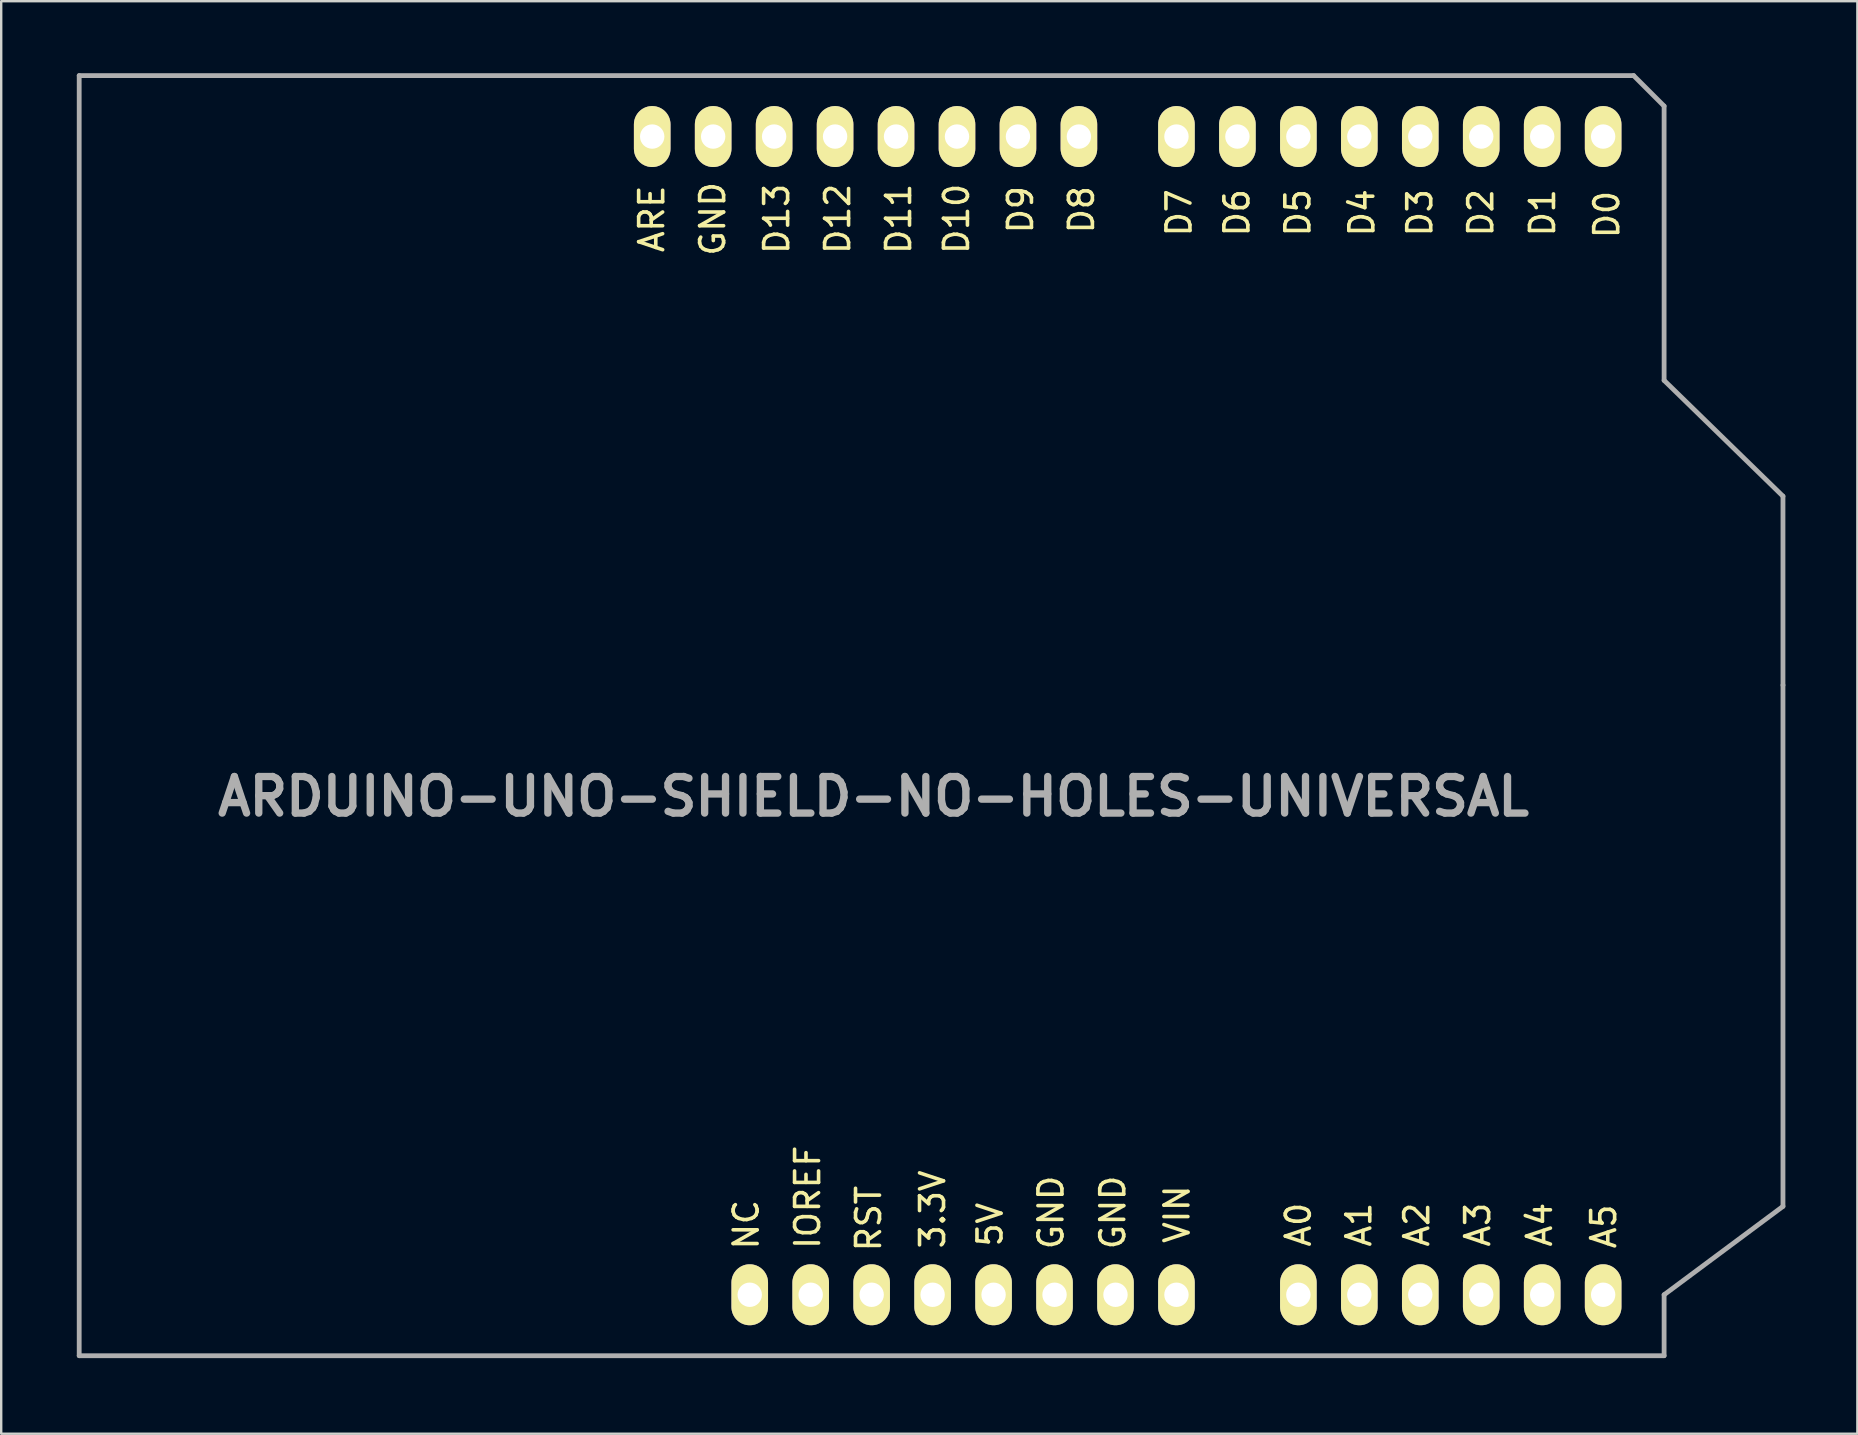
<source format=kicad_pcb>
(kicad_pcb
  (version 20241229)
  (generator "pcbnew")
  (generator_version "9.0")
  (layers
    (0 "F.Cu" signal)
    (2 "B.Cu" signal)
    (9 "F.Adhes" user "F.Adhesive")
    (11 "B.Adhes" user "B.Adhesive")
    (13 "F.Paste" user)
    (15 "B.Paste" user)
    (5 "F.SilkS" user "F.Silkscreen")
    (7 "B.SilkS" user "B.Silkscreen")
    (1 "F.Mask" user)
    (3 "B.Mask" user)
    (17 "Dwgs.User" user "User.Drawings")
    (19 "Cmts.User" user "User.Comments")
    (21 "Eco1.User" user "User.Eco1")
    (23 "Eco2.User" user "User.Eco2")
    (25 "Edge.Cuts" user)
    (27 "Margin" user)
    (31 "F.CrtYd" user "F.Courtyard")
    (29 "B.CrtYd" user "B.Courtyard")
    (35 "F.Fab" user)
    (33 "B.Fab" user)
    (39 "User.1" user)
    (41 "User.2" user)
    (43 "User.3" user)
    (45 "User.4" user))
  (footprint "ARDUINO-UNO-SHIELD-NO-HOLES-UNIVERSAL"
    (layer "F.Cu")
    (at 0.25 53.44)
    (property "Reference" "ARDUINO-UNO-SHIELD-NO-HOLES-UNIVERSAL" (at 33.1 -23.3 0) (layer "F.Fab") (effects (font (size 1.524 1.524) (thickness 0.305))))
    (attr smd)
    (fp_line (start 0 0) (end 0 -53.34) (stroke (width 0.2) (type solid)) (layer "F.Fab"))
    (fp_line (start 0 0) (end 66.04 0) (stroke (width 0.2) (type solid)) (layer "F.Fab"))
    (fp_line (start 64.77 -53.34) (end 0 -53.34) (stroke (width 0.2) (type solid)) (layer "F.Fab"))
    (fp_line (start 66.04 -52.07) (end 64.77 -53.34) (stroke (width 0.2) (type solid)) (layer "F.Fab"))
    (fp_line (start 66.04 -40.64) (end 66.04 -52.07) (stroke (width 0.2) (type solid)) (layer "F.Fab"))
    (fp_line (start 66.04 -40.64) (end 70.993 -35.814) (stroke (width 0.2) (type solid)) (layer "F.Fab"))
    (fp_line (start 66.04 -2.54) (end 66.04 0) (stroke (width 0.2) (type solid)) (layer "F.Fab"))
    (fp_line (start 66.04 -2.54) (end 70.993 -6.223) (stroke (width 0.2) (type solid)) (layer "F.Fab"))
    (fp_line (start 70.993 -35.814) (end 70.993 -27.94) (stroke (width 0.2) (type solid)) (layer "F.Fab"))
    (fp_line (start 70.993 -27.94) (end 70.993 -6.223) (stroke (width 0.2) (type solid)) (layer "F.Fab"))
    (fp_text user "GND" (at 26.396 -47.371 90) (layer "F.SilkS") (effects (font (size 1 1) (thickness 0.15))))
    (fp_text user "D0" (at 63.65 -47.55 90) (layer "F.SilkS") (effects (font (size 1 1) (thickness 0.15))))
    (fp_text user "IOREF" (at 30.353 -6.604 90) (layer "F.SilkS") (effects (font (size 1 1) (thickness 0.15))))
    (fp_text user "A2" (at 55.733 -5.461 90) (layer "F.SilkS") (effects (font (size 1 1) (thickness 0.15))))
    (fp_text user "A3" (at 58.273 -5.461 90) (layer "F.SilkS") (effects (font (size 1 1) (thickness 0.15))))
    (fp_text user "A0" (at 50.8 -5.461 90) (layer "F.SilkS") (effects (font (size 1 1) (thickness 0.15))))
    (fp_text user "D6" (at 48.24 -47.625 90) (layer "F.SilkS") (effects (font (size 1 1) (thickness 0.15))))
    (fp_text user "D3" (at 55.86 -47.625 90) (layer "F.SilkS") (effects (font (size 1 1) (thickness 0.15))))
    (fp_text user "A5" (at 63.523 -5.386 90) (layer "F.SilkS") (effects (font (size 1 1) (thickness 0.15))))
    (fp_text user "D13" (at 29.063 -47.371 90) (layer "F.SilkS") (effects (font (size 1 1) (thickness 0.15))))
    (fp_text user "D9" (at 39.223 -47.752 90) (layer "F.SilkS") (effects (font (size 1 1) (thickness 0.15))))
    (fp_text user "VIN" (at 45.743 -5.894 90) (layer "F.SilkS") (effects (font (size 1 1) (thickness 0.15))))
    (fp_text user "D8" (at 41.763 -47.752 90) (layer "F.SilkS") (effects (font (size 1 1) (thickness 0.15))))
    (fp_text user "D5" (at 50.78 -47.625 90) (layer "F.SilkS") (effects (font (size 1 1) (thickness 0.15))))
    (fp_text user "3.3V" (at 35.56 -6.096 90) (layer "F.SilkS") (effects (font (size 1 1) (thickness 0.15))))
    (fp_text user "GND" (at 40.493 -5.969 90) (layer "F.SilkS") (effects (font (size 1 1) (thickness 0.15))))
    (fp_text user "D7" (at 45.827 -47.625 90) (layer "F.SilkS") (effects (font (size 1 1) (thickness 0.15))))
    (fp_text user "D10" (at 36.556 -47.371 90) (layer "F.SilkS") (effects (font (size 1 1) (thickness 0.15))))
    (fp_text user "D2" (at 58.4 -47.625 90) (layer "F.SilkS") (effects (font (size 1 1) (thickness 0.15))))
    (fp_text user "A1" (at 53.32 -5.461 90) (layer "F.SilkS") (effects (font (size 1 1) (thickness 0.15))))
    (fp_text user "5V" (at 37.953 -5.461 90) (layer "F.SilkS") (effects (font (size 1 1) (thickness 0.15))))
    (fp_text user "A4" (at 60.848 -5.461 90) (layer "F.SilkS") (effects (font (size 1 1) (thickness 0.15))))
    (fp_text user "NC" (at 27.793 -5.461 90) (layer "F.SilkS") (effects (font (size 1 1) (thickness 0.15))))
    (fp_text user "RST" (at 32.893 -5.715 90) (layer "F.SilkS") (effects (font (size 1 1) (thickness 0.15))))
    (fp_text user "D1" (at 60.975 -47.625 90) (layer "F.SilkS") (effects (font (size 1 1) (thickness 0.15))))
    (fp_text user "ARE" (at 23.856 -47.371 90) (layer "F.SilkS") (effects (font (size 1 1) (thickness 0.15))))
    (fp_text user "D12" (at 31.603 -47.371 90) (layer "F.SilkS") (effects (font (size 1 1) (thickness 0.15))))
    (fp_text user "D4" (at 53.447 -47.625 90) (layer "F.SilkS") (effects (font (size 1 1) (thickness 0.15))))
    (fp_text user "D11" (at 34.143 -47.371 90) (layer "F.SilkS") (effects (font (size 1 1) (thickness 0.15))))
    (fp_text user "GND" (at 43.068 -5.969 90) (layer "F.SilkS") (effects (font (size 1 1) (thickness 0.15))))
    (pad "3V3" thru_hole oval (at 35.56 -2.54 90) (size 2.54 1.524) (drill 1.016) (layers "*.Cu" "*.Mask" "F.SilkS"))
    (pad "5V" thru_hole oval (at 38.1 -2.54 90) (size 2.54 1.524) (drill 1.016) (layers "*.Cu" "*.Mask" "F.SilkS"))
    (pad "A0" thru_hole oval (at 50.8 -2.54 90) (size 2.54 1.524) (drill 1.016) (layers "*.Cu" "*.Mask" "F.SilkS"))
    (pad "A1" thru_hole oval (at 53.34 -2.54 90) (size 2.54 1.524) (drill 1.016) (layers "*.Cu" "*.Mask" "F.SilkS"))
    (pad "A2" thru_hole oval (at 55.88 -2.54 90) (size 2.54 1.524) (drill 1.016) (layers "*.Cu" "*.Mask" "F.SilkS"))
    (pad "A3" thru_hole oval (at 58.42 -2.54 90) (size 2.54 1.524) (drill 1.016) (layers "*.Cu" "*.Mask" "F.SilkS"))
    (pad "A4" thru_hole oval (at 60.96 -2.54 90) (size 2.54 1.524) (drill 1.016) (layers "*.Cu" "*.Mask" "F.SilkS"))
    (pad "A5" thru_hole oval (at 63.5 -2.54 90) (size 2.54 1.524) (drill 1.016) (layers "*.Cu" "*.Mask" "F.SilkS"))
    (pad "AREF" thru_hole oval (at 23.876 -50.8 90) (size 2.54 1.524) (drill 1.016) (layers "*.Cu" "*.Mask" "F.SilkS"))
    (pad "D0" thru_hole oval (at 63.5 -50.8 90) (size 2.54 1.524) (drill 1.016) (layers "*.Cu" "*.Mask" "F.SilkS"))
    (pad "D1" thru_hole oval (at 60.96 -50.8 90) (size 2.54 1.524) (drill 1.016) (layers "*.Cu" "*.Mask" "F.SilkS"))
    (pad "D2" thru_hole oval (at 58.42 -50.8 90) (size 2.54 1.524) (drill 1.016) (layers "*.Cu" "*.Mask" "F.SilkS"))
    (pad "D3" thru_hole oval (at 55.88 -50.8 90) (size 2.54 1.524) (drill 1.016) (layers "*.Cu" "*.Mask" "F.SilkS"))
    (pad "D4" thru_hole oval (at 53.34 -50.8 90) (size 2.54 1.524) (drill 1.016) (layers "*.Cu" "*.Mask" "F.SilkS"))
    (pad "D5" thru_hole oval (at 50.8 -50.8 90) (size 2.54 1.524) (drill 1.016) (layers "*.Cu" "*.Mask" "F.SilkS"))
    (pad "D6" thru_hole oval (at 48.26 -50.8 90) (size 2.54 1.524) (drill 1.016) (layers "*.Cu" "*.Mask" "F.SilkS"))
    (pad "D7" thru_hole oval (at 45.72 -50.8 90) (size 2.54 1.524) (drill 1.016) (layers "*.Cu" "*.Mask" "F.SilkS"))
    (pad "D8" thru_hole oval (at 41.656 -50.8 90) (size 2.54 1.524) (drill 1.016) (layers "*.Cu" "*.Mask" "F.SilkS"))
    (pad "D9" thru_hole oval (at 39.116 -50.8 90) (size 2.54 1.524) (drill 1.016) (layers "*.Cu" "*.Mask" "F.SilkS"))
    (pad "D10" thru_hole oval (at 36.576 -50.8 90) (size 2.54 1.524) (drill 1.016) (layers "*.Cu" "*.Mask" "F.SilkS"))
    (pad "D11" thru_hole oval (at 34.036 -50.8 90) (size 2.54 1.524) (drill 1.016) (layers "*.Cu" "*.Mask" "F.SilkS"))
    (pad "D12" thru_hole oval (at 31.496 -50.8 90) (size 2.54 1.524) (drill 1.016) (layers "*.Cu" "*.Mask" "F.SilkS"))
    (pad "D13" thru_hole oval (at 28.956 -50.8 90) (size 2.54 1.524) (drill 1.016) (layers "*.Cu" "*.Mask" "F.SilkS"))
    (pad "GND1" thru_hole oval (at 40.64 -2.54 90) (size 2.54 1.524) (drill 1.016) (layers "*.Cu" "*.Mask" "F.SilkS"))
    (pad "GND2" thru_hole oval (at 43.18 -2.54 90) (size 2.54 1.524) (drill 1.016) (layers "*.Cu" "*.Mask" "F.SilkS"))
    (pad "GND3" thru_hole oval (at 26.416 -50.8 90) (size 2.54 1.524) (drill 1.016) (layers "*.Cu" "*.Mask" "F.SilkS"))
    (pad "IO" thru_hole oval (at 30.48 -2.54 90) (size 2.54 1.524) (drill 1.016) (layers "*.Cu" "*.Mask" "F.SilkS"))
    (pad "NC" thru_hole oval (at 27.94 -2.54 90) (size 2.54 1.524) (drill 1.016) (layers "*.Cu" "*.Mask" "F.SilkS"))
    (pad "RST" thru_hole oval (at 33.02 -2.54 90) (size 2.54 1.524) (drill 1.016) (layers "*.Cu" "*.Mask" "F.SilkS"))
    (pad "VIN" thru_hole oval (at 45.72 -2.54 90) (size 2.54 1.524) (drill 1.016) (layers "*.Cu" "*.Mask" "F.SilkS")))
  (gr_rect
    (start -3 -3)
    (end 74.343 56.69)
    (stroke (width 0.1) (type default))
    (fill no)
    (layer "Edge.Cuts")))
</source>
